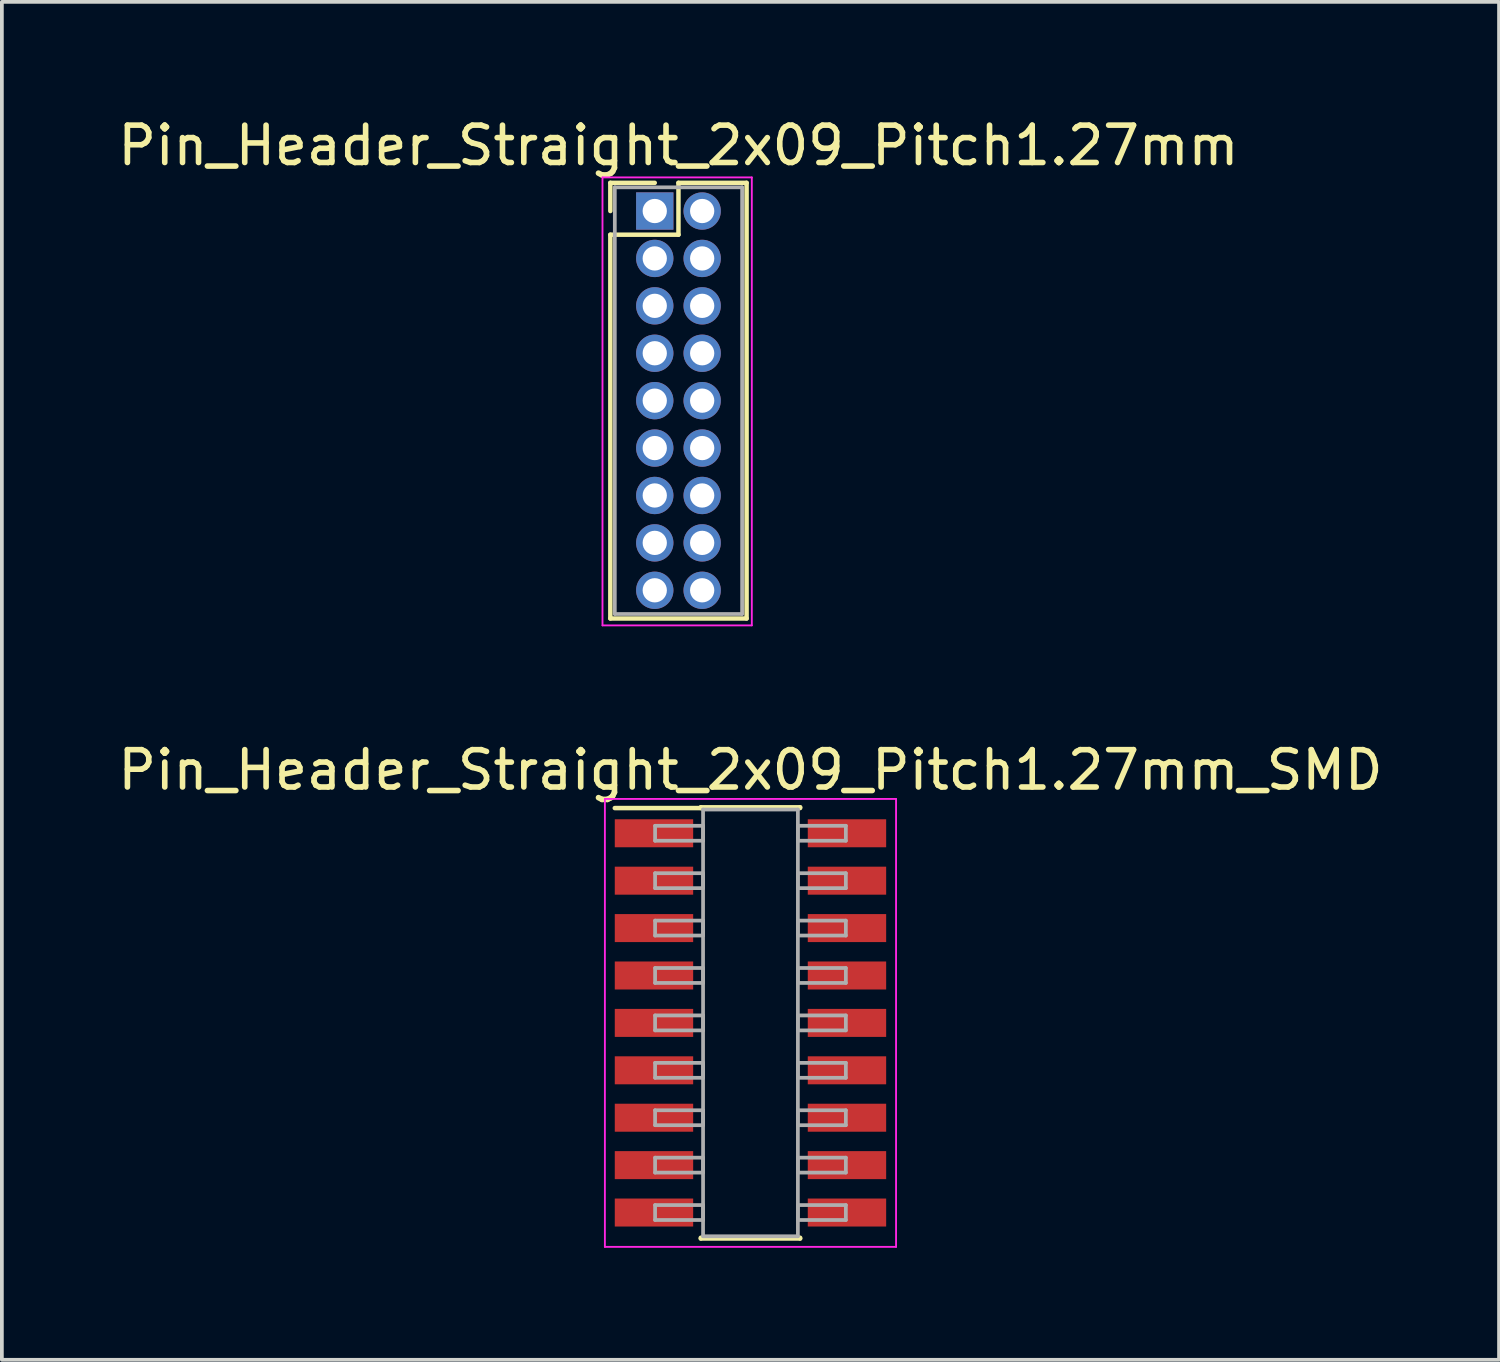
<source format=kicad_pcb>
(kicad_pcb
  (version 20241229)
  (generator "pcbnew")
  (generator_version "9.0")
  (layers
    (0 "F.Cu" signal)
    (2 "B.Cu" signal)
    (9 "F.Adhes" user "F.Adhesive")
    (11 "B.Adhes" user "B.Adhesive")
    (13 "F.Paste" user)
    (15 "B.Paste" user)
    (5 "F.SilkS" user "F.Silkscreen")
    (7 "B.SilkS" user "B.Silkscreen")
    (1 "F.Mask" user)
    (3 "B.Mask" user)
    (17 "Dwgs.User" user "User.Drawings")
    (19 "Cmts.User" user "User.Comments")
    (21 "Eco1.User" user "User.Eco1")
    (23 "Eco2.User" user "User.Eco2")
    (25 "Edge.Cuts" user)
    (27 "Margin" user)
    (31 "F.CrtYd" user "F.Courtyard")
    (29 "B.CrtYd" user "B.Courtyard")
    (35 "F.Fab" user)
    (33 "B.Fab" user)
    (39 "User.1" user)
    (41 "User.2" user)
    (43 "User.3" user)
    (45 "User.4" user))
  (footprint "Pin_Header_Straight_2x09_Pitch1.27mm"
    (layer "F.Cu")
    (at 14.49 2.603)
    (property "Reference" "Pin_Header_Straight_2x09_Pitch1.27mm" (at 0.635 -1.755 0) (layer "F.SilkS") (effects (font (size 1 1) (thickness 0.15))))
    (attr through_hole)
    (fp_line (start -1.19 -0.755) (end 0 -0.755) (stroke (width 0.12) (type solid)) (layer "F.SilkS"))
    (fp_line (start -1.19 0) (end -1.19 -0.755) (stroke (width 0.12) (type solid)) (layer "F.SilkS"))
    (fp_line (start -1.19 0.635) (end -1.19 10.915) (stroke (width 0.12) (type solid)) (layer "F.SilkS"))
    (fp_line (start -1.19 10.915) (end 2.46 10.915) (stroke (width 0.12) (type solid)) (layer "F.SilkS"))
    (fp_line (start 0.635 -0.755) (end 0.635 0.635) (stroke (width 0.12) (type solid)) (layer "F.SilkS"))
    (fp_line (start 0.635 0.635) (end -1.19 0.635) (stroke (width 0.12) (type solid)) (layer "F.SilkS"))
    (fp_line (start 2.46 -0.755) (end 0.635 -0.755) (stroke (width 0.12) (type solid)) (layer "F.SilkS"))
    (fp_line (start 2.46 10.915) (end 2.46 -0.755) (stroke (width 0.12) (type solid)) (layer "F.SilkS"))
    (fp_line (start -1.4 -0.9) (end -1.4 11.1) (stroke (width 0.05) (type solid)) (layer "F.CrtYd"))
    (fp_line (start -1.4 11.1) (end 2.6 11.1) (stroke (width 0.05) (type solid)) (layer "F.CrtYd"))
    (fp_line (start 2.6 -0.9) (end -1.4 -0.9) (stroke (width 0.05) (type solid)) (layer "F.CrtYd"))
    (fp_line (start 2.6 11.1) (end 2.6 -0.9) (stroke (width 0.05) (type solid)) (layer "F.CrtYd"))
    (fp_line (start -1.07 -0.635) (end -1.07 10.795) (stroke (width 0.1) (type solid)) (layer "F.Fab"))
    (fp_line (start -1.07 10.795) (end 2.34 10.795) (stroke (width 0.1) (type solid)) (layer "F.Fab"))
    (fp_line (start 2.34 -0.635) (end -1.07 -0.635) (stroke (width 0.1) (type solid)) (layer "F.Fab"))
    (fp_line (start 2.34 10.795) (end 2.34 -0.635) (stroke (width 0.1) (type solid)) (layer "F.Fab"))
    (pad "1" thru_hole rect (at 0 0) (size 1 1) (drill 0.65) (layers "*.Cu" "*.Mask"))
    (pad "2" thru_hole oval (at 1.27 0) (size 1 1) (drill 0.65) (layers "*.Cu" "*.Mask"))
    (pad "3" thru_hole oval (at 0 1.27) (size 1 1) (drill 0.65) (layers "*.Cu" "*.Mask"))
    (pad "4" thru_hole oval (at 1.27 1.27) (size 1 1) (drill 0.65) (layers "*.Cu" "*.Mask"))
    (pad "5" thru_hole oval (at 0 2.54) (size 1 1) (drill 0.65) (layers "*.Cu" "*.Mask"))
    (pad "6" thru_hole oval (at 1.27 2.54) (size 1 1) (drill 0.65) (layers "*.Cu" "*.Mask"))
    (pad "7" thru_hole oval (at 0 3.81) (size 1 1) (drill 0.65) (layers "*.Cu" "*.Mask"))
    (pad "8" thru_hole oval (at 1.27 3.81) (size 1 1) (drill 0.65) (layers "*.Cu" "*.Mask"))
    (pad "9" thru_hole oval (at 0 5.08) (size 1 1) (drill 0.65) (layers "*.Cu" "*.Mask"))
    (pad "10" thru_hole oval (at 1.27 5.08) (size 1 1) (drill 0.65) (layers "*.Cu" "*.Mask"))
    (pad "11" thru_hole oval (at 0 6.35) (size 1 1) (drill 0.65) (layers "*.Cu" "*.Mask"))
    (pad "12" thru_hole oval (at 1.27 6.35) (size 1 1) (drill 0.65) (layers "*.Cu" "*.Mask"))
    (pad "13" thru_hole oval (at 0 7.62) (size 1 1) (drill 0.65) (layers "*.Cu" "*.Mask"))
    (pad "14" thru_hole oval (at 1.27 7.62) (size 1 1) (drill 0.65) (layers "*.Cu" "*.Mask"))
    (pad "15" thru_hole oval (at 0 8.89) (size 1 1) (drill 0.65) (layers "*.Cu" "*.Mask"))
    (pad "16" thru_hole oval (at 1.27 8.89) (size 1 1) (drill 0.65) (layers "*.Cu" "*.Mask"))
    (pad "17" thru_hole oval (at 0 10.16) (size 1 1) (drill 0.65) (layers "*.Cu" "*.Mask"))
    (pad "18" thru_hole oval (at 1.27 10.16) (size 1 1) (drill 0.65) (layers "*.Cu" "*.Mask")))
  (footprint "Pin_Header_Straight_2x09_Pitch1.27mm_SMD"
    (layer "F.Cu")
    (at 17.054 24.352)
    (property "Reference" "Pin_Header_Straight_2x09_Pitch1.27mm_SMD" (at 0 -6.775 0) (layer "F.SilkS") (effects (font (size 1 1) (thickness 0.15))))
    (attr smd)
    (fp_line (start -3.635 -5.755) (end -1.33 -5.755) (stroke (width 0.12) (type solid)) (layer "F.SilkS"))
    (fp_line (start -1.33 -5.775) (end 1.33 -5.775) (stroke (width 0.12) (type solid)) (layer "F.SilkS"))
    (fp_line (start -1.33 -5.755) (end -1.33 -5.775) (stroke (width 0.12) (type solid)) (layer "F.SilkS"))
    (fp_line (start -1.33 5.755) (end -1.33 5.775) (stroke (width 0.12) (type solid)) (layer "F.SilkS"))
    (fp_line (start -1.33 5.775) (end 1.33 5.775) (stroke (width 0.12) (type solid)) (layer "F.SilkS"))
    (fp_line (start 1.33 -5.775) (end 1.33 -5.755) (stroke (width 0.12) (type solid)) (layer "F.SilkS"))
    (fp_line (start 1.33 5.775) (end 1.33 5.755) (stroke (width 0.12) (type solid)) (layer "F.SilkS"))
    (fp_line (start -3.9 -6) (end -3.9 6) (stroke (width 0.05) (type solid)) (layer "F.CrtYd"))
    (fp_line (start -3.9 6) (end 3.9 6) (stroke (width 0.05) (type solid)) (layer "F.CrtYd"))
    (fp_line (start 3.9 -6) (end -3.9 -6) (stroke (width 0.05) (type solid)) (layer "F.CrtYd"))
    (fp_line (start 3.9 6) (end 3.9 -6) (stroke (width 0.05) (type solid)) (layer "F.CrtYd"))
    (fp_line (start -2.555 -5.28) (end -1.27 -5.28) (stroke (width 0.1) (type solid)) (layer "F.Fab"))
    (fp_line (start -2.555 -4.88) (end -2.555 -5.28) (stroke (width 0.1) (type solid)) (layer "F.Fab"))
    (fp_line (start -2.555 -4.01) (end -1.27 -4.01) (stroke (width 0.1) (type solid)) (layer "F.Fab"))
    (fp_line (start -2.555 -3.61) (end -2.555 -4.01) (stroke (width 0.1) (type solid)) (layer "F.Fab"))
    (fp_line (start -2.555 -2.74) (end -1.27 -2.74) (stroke (width 0.1) (type solid)) (layer "F.Fab"))
    (fp_line (start -2.555 -2.34) (end -2.555 -2.74) (stroke (width 0.1) (type solid)) (layer "F.Fab"))
    (fp_line (start -2.555 -1.47) (end -1.27 -1.47) (stroke (width 0.1) (type solid)) (layer "F.Fab"))
    (fp_line (start -2.555 -1.07) (end -2.555 -1.47) (stroke (width 0.1) (type solid)) (layer "F.Fab"))
    (fp_line (start -2.555 -0.2) (end -1.27 -0.2) (stroke (width 0.1) (type solid)) (layer "F.Fab"))
    (fp_line (start -2.555 0.2) (end -2.555 -0.2) (stroke (width 0.1) (type solid)) (layer "F.Fab"))
    (fp_line (start -2.555 1.07) (end -1.27 1.07) (stroke (width 0.1) (type solid)) (layer "F.Fab"))
    (fp_line (start -2.555 1.47) (end -2.555 1.07) (stroke (width 0.1) (type solid)) (layer "F.Fab"))
    (fp_line (start -2.555 2.34) (end -1.27 2.34) (stroke (width 0.1) (type solid)) (layer "F.Fab"))
    (fp_line (start -2.555 2.74) (end -2.555 2.34) (stroke (width 0.1) (type solid)) (layer "F.Fab"))
    (fp_line (start -2.555 3.61) (end -1.27 3.61) (stroke (width 0.1) (type solid)) (layer "F.Fab"))
    (fp_line (start -2.555 4.01) (end -2.555 3.61) (stroke (width 0.1) (type solid)) (layer "F.Fab"))
    (fp_line (start -2.555 4.88) (end -1.27 4.88) (stroke (width 0.1) (type solid)) (layer "F.Fab"))
    (fp_line (start -2.555 5.28) (end -2.555 4.88) (stroke (width 0.1) (type solid)) (layer "F.Fab"))
    (fp_line (start -1.27 -5.715) (end -1.27 5.715) (stroke (width 0.1) (type solid)) (layer "F.Fab"))
    (fp_line (start -1.27 -5.28) (end -1.27 -4.88) (stroke (width 0.1) (type solid)) (layer "F.Fab"))
    (fp_line (start -1.27 -4.88) (end -2.555 -4.88) (stroke (width 0.1) (type solid)) (layer "F.Fab"))
    (fp_line (start -1.27 -4.01) (end -1.27 -3.61) (stroke (width 0.1) (type solid)) (layer "F.Fab"))
    (fp_line (start -1.27 -3.61) (end -2.555 -3.61) (stroke (width 0.1) (type solid)) (layer "F.Fab"))
    (fp_line (start -1.27 -2.74) (end -1.27 -2.34) (stroke (width 0.1) (type solid)) (layer "F.Fab"))
    (fp_line (start -1.27 -2.34) (end -2.555 -2.34) (stroke (width 0.1) (type solid)) (layer "F.Fab"))
    (fp_line (start -1.27 -1.47) (end -1.27 -1.07) (stroke (width 0.1) (type solid)) (layer "F.Fab"))
    (fp_line (start -1.27 -1.07) (end -2.555 -1.07) (stroke (width 0.1) (type solid)) (layer "F.Fab"))
    (fp_line (start -1.27 -0.2) (end -1.27 0.2) (stroke (width 0.1) (type solid)) (layer "F.Fab"))
    (fp_line (start -1.27 0.2) (end -2.555 0.2) (stroke (width 0.1) (type solid)) (layer "F.Fab"))
    (fp_line (start -1.27 1.07) (end -1.27 1.47) (stroke (width 0.1) (type solid)) (layer "F.Fab"))
    (fp_line (start -1.27 1.47) (end -2.555 1.47) (stroke (width 0.1) (type solid)) (layer "F.Fab"))
    (fp_line (start -1.27 2.34) (end -1.27 2.74) (stroke (width 0.1) (type solid)) (layer "F.Fab"))
    (fp_line (start -1.27 2.74) (end -2.555 2.74) (stroke (width 0.1) (type solid)) (layer "F.Fab"))
    (fp_line (start -1.27 3.61) (end -1.27 4.01) (stroke (width 0.1) (type solid)) (layer "F.Fab"))
    (fp_line (start -1.27 4.01) (end -2.555 4.01) (stroke (width 0.1) (type solid)) (layer "F.Fab"))
    (fp_line (start -1.27 4.88) (end -1.27 5.28) (stroke (width 0.1) (type solid)) (layer "F.Fab"))
    (fp_line (start -1.27 5.28) (end -2.555 5.28) (stroke (width 0.1) (type solid)) (layer "F.Fab"))
    (fp_line (start -1.27 5.715) (end 1.27 5.715) (stroke (width 0.1) (type solid)) (layer "F.Fab"))
    (fp_line (start 1.27 -5.715) (end -1.27 -5.715) (stroke (width 0.1) (type solid)) (layer "F.Fab"))
    (fp_line (start 1.27 -5.28) (end 1.27 -4.88) (stroke (width 0.1) (type solid)) (layer "F.Fab"))
    (fp_line (start 1.27 -4.88) (end 2.555 -4.88) (stroke (width 0.1) (type solid)) (layer "F.Fab"))
    (fp_line (start 1.27 -4.01) (end 1.27 -3.61) (stroke (width 0.1) (type solid)) (layer "F.Fab"))
    (fp_line (start 1.27 -3.61) (end 2.555 -3.61) (stroke (width 0.1) (type solid)) (layer "F.Fab"))
    (fp_line (start 1.27 -2.74) (end 1.27 -2.34) (stroke (width 0.1) (type solid)) (layer "F.Fab"))
    (fp_line (start 1.27 -2.34) (end 2.555 -2.34) (stroke (width 0.1) (type solid)) (layer "F.Fab"))
    (fp_line (start 1.27 -1.47) (end 1.27 -1.07) (stroke (width 0.1) (type solid)) (layer "F.Fab"))
    (fp_line (start 1.27 -1.07) (end 2.555 -1.07) (stroke (width 0.1) (type solid)) (layer "F.Fab"))
    (fp_line (start 1.27 -0.2) (end 1.27 0.2) (stroke (width 0.1) (type solid)) (layer "F.Fab"))
    (fp_line (start 1.27 0.2) (end 2.555 0.2) (stroke (width 0.1) (type solid)) (layer "F.Fab"))
    (fp_line (start 1.27 1.07) (end 1.27 1.47) (stroke (width 0.1) (type solid)) (layer "F.Fab"))
    (fp_line (start 1.27 1.47) (end 2.555 1.47) (stroke (width 0.1) (type solid)) (layer "F.Fab"))
    (fp_line (start 1.27 2.34) (end 1.27 2.74) (stroke (width 0.1) (type solid)) (layer "F.Fab"))
    (fp_line (start 1.27 2.74) (end 2.555 2.74) (stroke (width 0.1) (type solid)) (layer "F.Fab"))
    (fp_line (start 1.27 3.61) (end 1.27 4.01) (stroke (width 0.1) (type solid)) (layer "F.Fab"))
    (fp_line (start 1.27 4.01) (end 2.555 4.01) (stroke (width 0.1) (type solid)) (layer "F.Fab"))
    (fp_line (start 1.27 4.88) (end 1.27 5.28) (stroke (width 0.1) (type solid)) (layer "F.Fab"))
    (fp_line (start 1.27 5.28) (end 2.555 5.28) (stroke (width 0.1) (type solid)) (layer "F.Fab"))
    (fp_line (start 1.27 5.715) (end 1.27 -5.715) (stroke (width 0.1) (type solid)) (layer "F.Fab"))
    (fp_line (start 2.555 -5.28) (end 1.27 -5.28) (stroke (width 0.1) (type solid)) (layer "F.Fab"))
    (fp_line (start 2.555 -4.88) (end 2.555 -5.28) (stroke (width 0.1) (type solid)) (layer "F.Fab"))
    (fp_line (start 2.555 -4.01) (end 1.27 -4.01) (stroke (width 0.1) (type solid)) (layer "F.Fab"))
    (fp_line (start 2.555 -3.61) (end 2.555 -4.01) (stroke (width 0.1) (type solid)) (layer "F.Fab"))
    (fp_line (start 2.555 -2.74) (end 1.27 -2.74) (stroke (width 0.1) (type solid)) (layer "F.Fab"))
    (fp_line (start 2.555 -2.34) (end 2.555 -2.74) (stroke (width 0.1) (type solid)) (layer "F.Fab"))
    (fp_line (start 2.555 -1.47) (end 1.27 -1.47) (stroke (width 0.1) (type solid)) (layer "F.Fab"))
    (fp_line (start 2.555 -1.07) (end 2.555 -1.47) (stroke (width 0.1) (type solid)) (layer "F.Fab"))
    (fp_line (start 2.555 -0.2) (end 1.27 -0.2) (stroke (width 0.1) (type solid)) (layer "F.Fab"))
    (fp_line (start 2.555 0.2) (end 2.555 -0.2) (stroke (width 0.1) (type solid)) (layer "F.Fab"))
    (fp_line (start 2.555 1.07) (end 1.27 1.07) (stroke (width 0.1) (type solid)) (layer "F.Fab"))
    (fp_line (start 2.555 1.47) (end 2.555 1.07) (stroke (width 0.1) (type solid)) (layer "F.Fab"))
    (fp_line (start 2.555 2.34) (end 1.27 2.34) (stroke (width 0.1) (type solid)) (layer "F.Fab"))
    (fp_line (start 2.555 2.74) (end 2.555 2.34) (stroke (width 0.1) (type solid)) (layer "F.Fab"))
    (fp_line (start 2.555 3.61) (end 1.27 3.61) (stroke (width 0.1) (type solid)) (layer "F.Fab"))
    (fp_line (start 2.555 4.01) (end 2.555 3.61) (stroke (width 0.1) (type solid)) (layer "F.Fab"))
    (fp_line (start 2.555 4.88) (end 1.27 4.88) (stroke (width 0.1) (type solid)) (layer "F.Fab"))
    (fp_line (start 2.555 5.28) (end 2.555 4.88) (stroke (width 0.1) (type solid)) (layer "F.Fab"))
    (pad "1" smd rect (at -2.585 -5.08) (size 2.1 0.75) (layers "F.Cu" "F.Mask"))
    (pad "2" smd rect (at 2.585 -5.08) (size 2.1 0.75) (layers "F.Cu" "F.Mask"))
    (pad "3" smd rect (at -2.585 -3.81) (size 2.1 0.75) (layers "F.Cu" "F.Mask"))
    (pad "4" smd rect (at 2.585 -3.81) (size 2.1 0.75) (layers "F.Cu" "F.Mask"))
    (pad "5" smd rect (at -2.585 -2.54) (size 2.1 0.75) (layers "F.Cu" "F.Mask"))
    (pad "6" smd rect (at 2.585 -2.54) (size 2.1 0.75) (layers "F.Cu" "F.Mask"))
    (pad "7" smd rect (at -2.585 -1.27) (size 2.1 0.75) (layers "F.Cu" "F.Mask"))
    (pad "8" smd rect (at 2.585 -1.27) (size 2.1 0.75) (layers "F.Cu" "F.Mask"))
    (pad "9" smd rect (at -2.585 0) (size 2.1 0.75) (layers "F.Cu" "F.Mask"))
    (pad "10" smd rect (at 2.585 0) (size 2.1 0.75) (layers "F.Cu" "F.Mask"))
    (pad "11" smd rect (at -2.585 1.27) (size 2.1 0.75) (layers "F.Cu" "F.Mask"))
    (pad "12" smd rect (at 2.585 1.27) (size 2.1 0.75) (layers "F.Cu" "F.Mask"))
    (pad "13" smd rect (at -2.585 2.54) (size 2.1 0.75) (layers "F.Cu" "F.Mask"))
    (pad "14" smd rect (at 2.585 2.54) (size 2.1 0.75) (layers "F.Cu" "F.Mask"))
    (pad "15" smd rect (at -2.585 3.81) (size 2.1 0.75) (layers "F.Cu" "F.Mask"))
    (pad "16" smd rect (at 2.585 3.81) (size 2.1 0.75) (layers "F.Cu" "F.Mask"))
    (pad "17" smd rect (at -2.585 5.08) (size 2.1 0.75) (layers "F.Cu" "F.Mask"))
    (pad "18" smd rect (at 2.585 5.08) (size 2.1 0.75) (layers "F.Cu" "F.Mask")))
  (gr_rect
    (start -3 -3)
    (end 37.107 33.377)
    (stroke (width 0.1) (type default))
    (fill no)
    (layer "Edge.Cuts")))
</source>
